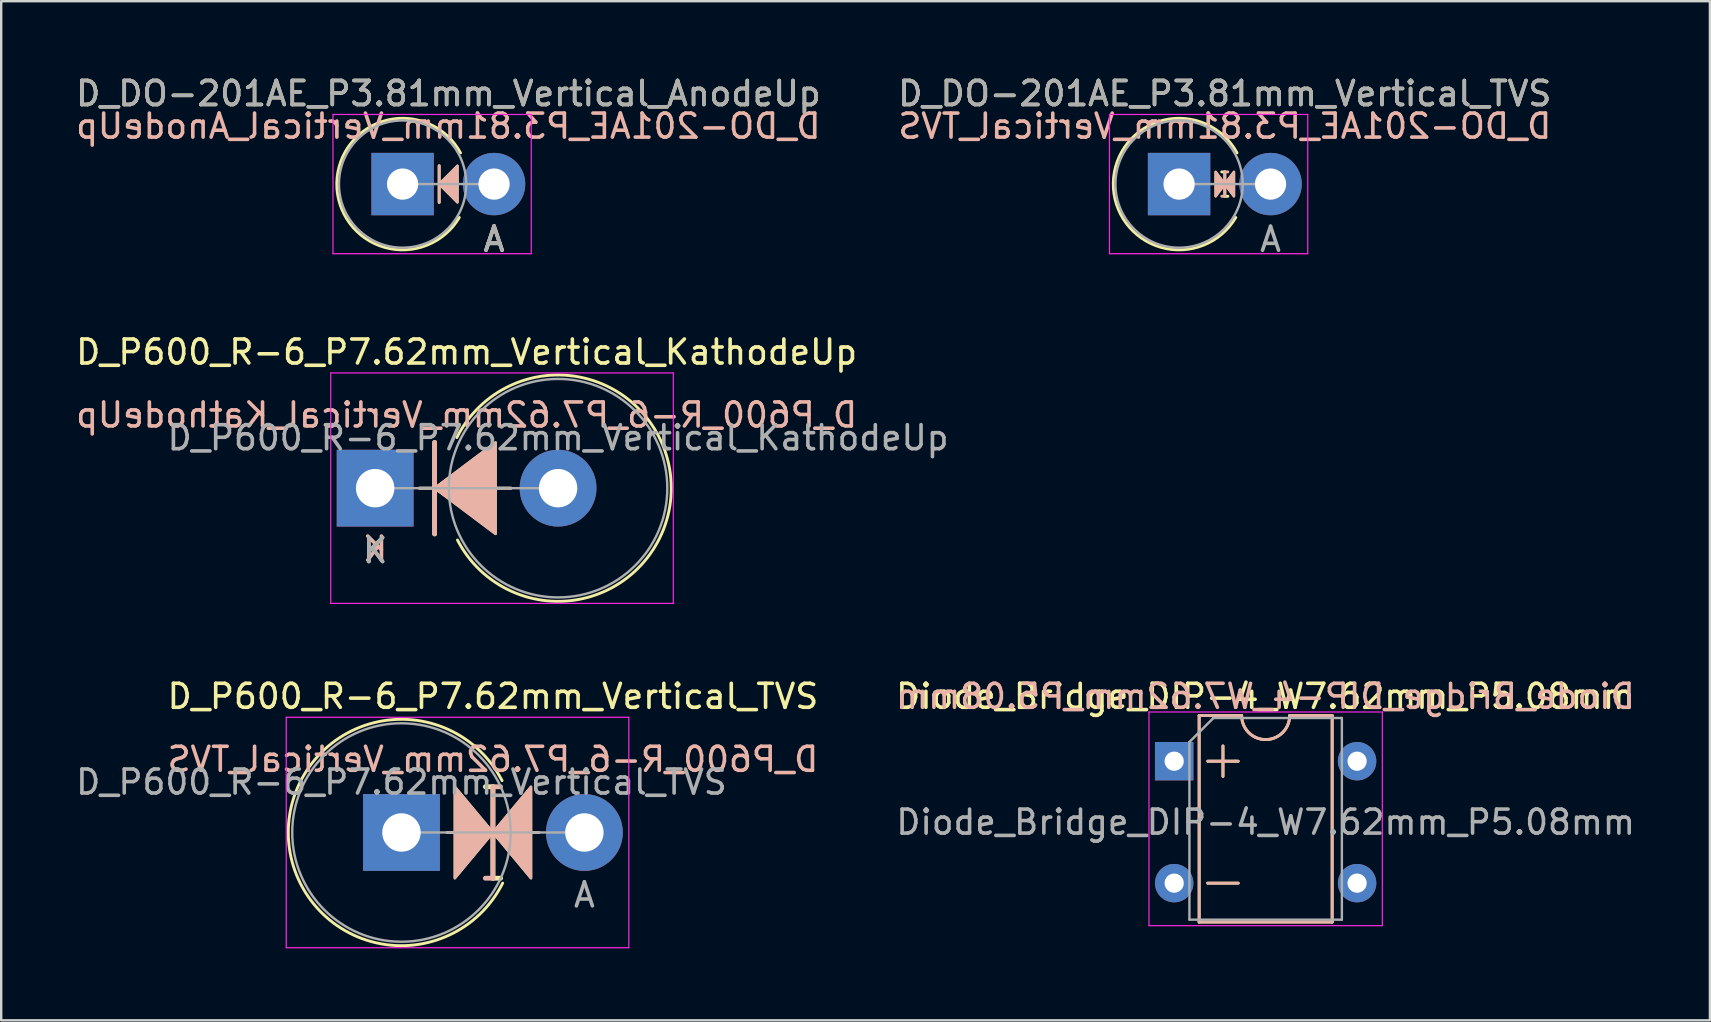
<source format=kicad_pcb>
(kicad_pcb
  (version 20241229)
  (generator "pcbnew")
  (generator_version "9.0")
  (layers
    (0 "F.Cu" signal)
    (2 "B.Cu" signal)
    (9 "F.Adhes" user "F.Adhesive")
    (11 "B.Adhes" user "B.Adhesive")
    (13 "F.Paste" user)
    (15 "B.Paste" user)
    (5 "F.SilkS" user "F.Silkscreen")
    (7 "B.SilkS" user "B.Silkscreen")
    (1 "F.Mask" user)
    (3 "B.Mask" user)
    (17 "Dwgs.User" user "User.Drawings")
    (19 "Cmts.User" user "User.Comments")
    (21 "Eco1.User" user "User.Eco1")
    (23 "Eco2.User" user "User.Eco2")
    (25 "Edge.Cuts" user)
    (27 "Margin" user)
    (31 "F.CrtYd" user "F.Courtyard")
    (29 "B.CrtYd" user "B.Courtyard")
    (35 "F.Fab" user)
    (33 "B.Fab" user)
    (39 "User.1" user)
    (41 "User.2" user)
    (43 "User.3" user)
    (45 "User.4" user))
  (footprint "Diode_Bridge_DIP-4_W7.62mm_P5.08mm"
    (layer "F.Cu")
    (at 45.861 28.658)
    (property "Reference" "Diode_Bridge_DIP-4_W7.62mm_P5.08mm" (at 3.8 -2.7 0) (layer "F.SilkS") (effects (font (size 1 1) (thickness 0.15))))
    (fp_line (start 1.04 -1.9) (end 1.04 6.7) (stroke (width 0.12) (type solid)) (layer "F.SilkS"))
    (fp_line (start 1.04 6.7) (end 6.58 6.7) (stroke (width 0.12) (type solid)) (layer "F.SilkS"))
    (fp_line (start 1.397 0) (end 2.54 0) (stroke (width 0.12) (type solid)) (layer "F.SilkS"))
    (fp_line (start 2.032 0) (end 2.032 -0.635) (stroke (width 0.12) (type solid)) (layer "F.SilkS"))
    (fp_line (start 2.032 0) (end 2.032 0.635) (stroke (width 0.12) (type solid)) (layer "F.SilkS"))
    (fp_line (start 2.54 0) (end 2.667 0) (stroke (width 0.12) (type solid)) (layer "F.SilkS"))
    (fp_line (start 2.667 5.08) (end 1.397 5.08) (stroke (width 0.12) (type solid)) (layer "F.SilkS"))
    (fp_line (start 2.81 -1.9) (end 1.04 -1.9) (stroke (width 0.12) (type solid)) (layer "F.SilkS"))
    (fp_line (start 6.58 -1.9) (end 4.81 -1.9) (stroke (width 0.12) (type solid)) (layer "F.SilkS"))
    (fp_line (start 6.58 6.7) (end 6.58 -1.9) (stroke (width 0.12) (type solid)) (layer "F.SilkS"))
    (fp_arc (start 4.81 -1.9) (mid 3.81 -0.9) (end 2.81 -1.9) (stroke (width 0.12) (type solid)) (layer "F.SilkS"))
    (fp_line (start 1.041 -1.9) (end 1.041 6.7) (stroke (width 0.12) (type solid)) (layer "B.SilkS"))
    (fp_line (start 1.041 6.7) (end 6.581 6.7) (stroke (width 0.12) (type solid)) (layer "B.SilkS"))
    (fp_line (start 1.398 0) (end 2.541 0) (stroke (width 0.12) (type solid)) (layer "B.SilkS"))
    (fp_line (start 2.033 0) (end 2.033 -0.635) (stroke (width 0.12) (type solid)) (layer "B.SilkS"))
    (fp_line (start 2.033 0) (end 2.033 0.635) (stroke (width 0.12) (type solid)) (layer "B.SilkS"))
    (fp_line (start 2.541 0) (end 2.668 0) (stroke (width 0.12) (type solid)) (layer "B.SilkS"))
    (fp_line (start 2.668 5.08) (end 1.398 5.08) (stroke (width 0.12) (type solid)) (layer "B.SilkS"))
    (fp_line (start 2.811 -1.9) (end 1.041 -1.9) (stroke (width 0.12) (type solid)) (layer "B.SilkS"))
    (fp_line (start 6.581 -1.9) (end 4.811 -1.9) (stroke (width 0.12) (type solid)) (layer "B.SilkS"))
    (fp_line (start 6.581 6.7) (end 6.581 -1.9) (stroke (width 0.12) (type solid)) (layer "B.SilkS"))
    (fp_arc (start 4.8114 -1.9) (mid 3.8114 -0.9) (end 2.8114 -1.9) (stroke (width 0.12) (type solid)) (layer "B.SilkS"))
    (fp_line (start -1.05 -2.05) (end -1.05 6.85) (stroke (width 0.05) (type solid)) (layer "F.CrtYd"))
    (fp_line (start -1.05 -2.05) (end 8.67 -2.05) (stroke (width 0.05) (type solid)) (layer "F.CrtYd"))
    (fp_line (start 8.67 6.85) (end -1.05 6.85) (stroke (width 0.05) (type solid)) (layer "F.CrtYd"))
    (fp_line (start 8.67 6.85) (end 8.67 -2.05) (stroke (width 0.05) (type solid)) (layer "F.CrtYd"))
    (fp_line (start 0.635 -0.8) (end 1.635 -1.8) (stroke (width 0.1) (type solid)) (layer "F.Fab"))
    (fp_line (start 0.635 6.6) (end 0.635 -0.8) (stroke (width 0.1) (type solid)) (layer "F.Fab"))
    (fp_line (start 1.635 -1.8) (end 6.985 -1.8) (stroke (width 0.1) (type solid)) (layer "F.Fab"))
    (fp_line (start 6.985 -1.8) (end 6.985 6.6) (stroke (width 0.1) (type solid)) (layer "F.Fab"))
    (fp_line (start 6.985 6.6) (end 0.635 6.6) (stroke (width 0.1) (type solid)) (layer "F.Fab"))
    (fp_text user "${REFERENCE}" (at 3.8 -2.7 0) (layer "B.SilkS") (effects (font (size 1 1) (thickness 0.15)) (justify mirror)))
    (fp_text user "${REFERENCE}" (at 3.81 2.54 0) (layer "F.Fab") (effects (font (size 1 1) (thickness 0.15))))
    (pad "1" thru_hole rect (at 0 0) (size 1.6 1.6) (drill 0.8) (layers "*.Cu" "*.Mask"))
    (pad "2" thru_hole oval (at 0 5.08) (size 1.6 1.6) (drill 0.8) (layers "*.Cu" "*.Mask"))
    (pad "3" thru_hole oval (at 7.62 5.08) (size 1.6 1.6) (drill 0.8) (layers "*.Cu" "*.Mask"))
    (pad "4" thru_hole oval (at 7.62 0) (size 1.6 1.6) (drill 0.8) (layers "*.Cu" "*.Mask")))
  (footprint "D_DO-201AE_P3.81mm_Vertical_TVS"
    (layer "F.Cu")
    (at 46.065 4.618)
    (property "Reference" "D_DO-201AE_P3.81mm_Vertical_TVS" (at 1.905 -3.77 0) (layer "F.SilkS") (effects (font (size 1 1) (thickness 0.15))))
    (fp_line (start 1.778 -0.508) (end 1.905 -0.508) (stroke (width 0.12) (type solid)) (layer "F.SilkS"))
    (fp_line (start 1.905 -0.508) (end 1.905 0.508) (stroke (width 0.12) (type solid)) (layer "F.SilkS"))
    (fp_line (start 1.905 0.508) (end 2.032 0.508) (stroke (width 0.12) (type solid)) (layer "F.SilkS"))
    (fp_arc (start 2.361782 1.391144) (mid -2.74054 -0.052312) (end 2.413151 -1.3) (stroke (width 0.12) (type solid)) (layer "F.SilkS"))
    (fp_poly (pts (xy 1.524 -0.508) (xy 1.905 0) (xy 1.524 0.508)) (stroke (width 0.1) (type solid)) (fill yes) (layer "F.SilkS"))
    (fp_poly (pts (xy 2.286 0.508) (xy 1.905 0) (xy 2.286 -0.508)) (stroke (width 0.1) (type solid)) (fill yes) (layer "F.SilkS"))
    (fp_line (start 1.778 0.508) (end 1.905 0.508) (stroke (width 0.12) (type solid)) (layer "B.SilkS"))
    (fp_line (start 1.905 -0.508) (end 2.032 -0.508) (stroke (width 0.12) (type solid)) (layer "B.SilkS"))
    (fp_line (start 1.905 0.508) (end 1.905 -0.508) (stroke (width 0.12) (type solid)) (layer "B.SilkS"))
    (fp_poly (pts (xy 1.524 0.508) (xy 1.905 0) (xy 1.524 -0.508)) (stroke (width 0.1) (type solid)) (fill yes) (layer "B.SilkS"))
    (fp_poly (pts (xy 2.286 -0.508) (xy 1.905 0) (xy 2.286 0.508)) (stroke (width 0.1) (type solid)) (fill yes) (layer "B.SilkS"))
    (fp_line (start -2.9 -2.9) (end -2.9 2.9) (stroke (width 0.05) (type solid)) (layer "F.CrtYd"))
    (fp_line (start -2.9 2.9) (end 5.36 2.9) (stroke (width 0.05) (type solid)) (layer "F.CrtYd"))
    (fp_line (start 5.36 -2.9) (end -2.9 -2.9) (stroke (width 0.05) (type solid)) (layer "F.CrtYd"))
    (fp_line (start 5.36 2.9) (end 5.36 -2.9) (stroke (width 0.05) (type solid)) (layer "F.CrtYd"))
    (fp_line (start 0 0) (end 3.81 0) (stroke (width 0.1) (type solid)) (layer "F.Fab"))
    (fp_circle (center 0 0) (end 2.65 0) (stroke (width 0.1) (type solid)) (fill no) (layer "F.Fab"))
    (fp_text user "${REFERENCE}" (at 1.905 -2.413 0) (layer "B.SilkS") (effects (font (size 1 1) (thickness 0.15)) (justify mirror)))
    (fp_text user "${REFERENCE}" (at 1.905 -3.77 0) (layer "F.Fab") (effects (font (size 1 1) (thickness 0.15))))
    (fp_text user "A" (at 3.81 2.3 0) (layer "F.Fab") (effects (font (size 1 1) (thickness 0.15))))
    (pad "1" thru_hole rect (at 0 0) (size 2.6 2.6) (drill 1.3) (layers "*.Cu" "*.Mask"))
    (pad "2" thru_hole oval (at 3.81 0) (size 2.6 2.6) (drill 1.3) (layers "*.Cu" "*.Mask")))
  (footprint "D_P600_R-6_P7.62mm_Vertical_TVS"
    (layer "F.Cu")
    (at 13.673 31.628)
    (property "Reference" "D_P600_R-6_P7.62mm_Vertical_TVS" (at 3.81 -5.67 0) (layer "F.SilkS") (effects (font (size 1 1) (thickness 0.15))))
    (fp_line (start 1.905 0) (end 5.72 0) (stroke (width 0.12) (type solid)) (layer "F.SilkS"))
    (fp_line (start 3.493 -1.905) (end 3.81 -1.905) (stroke (width 0.2) (type solid)) (layer "F.SilkS"))
    (fp_line (start 3.81 -1.905) (end 3.81 1.905) (stroke (width 0.2) (type solid)) (layer "F.SilkS"))
    (fp_line (start 3.81 1.905) (end 4.128 1.905) (stroke (width 0.2) (type solid)) (layer "F.SilkS"))
    (fp_arc (start 4.216705 2.108353) (mid -4.714334 0.028398) (end 4.190999 -2.158999) (stroke (width 0.12) (type solid)) (layer "F.SilkS"))
    (fp_poly (pts (xy 2.223 -1.905) (xy 3.81 0) (xy 2.223 1.905)) (stroke (width 0.1) (type solid)) (fill yes) (layer "F.SilkS"))
    (fp_poly (pts (xy 5.397 1.905) (xy 3.81 0) (xy 5.397 -1.905)) (stroke (width 0.1) (type solid)) (fill yes) (layer "F.SilkS"))
    (fp_line (start 1.905 0) (end 5.72 0) (stroke (width 0.12) (type solid)) (layer "B.SilkS"))
    (fp_line (start 3.493 1.905) (end 3.81 1.905) (stroke (width 0.2) (type solid)) (layer "B.SilkS"))
    (fp_line (start 3.81 -1.905) (end 4.128 -1.905) (stroke (width 0.2) (type solid)) (layer "B.SilkS"))
    (fp_line (start 3.81 1.905) (end 3.81 -1.905) (stroke (width 0.2) (type solid)) (layer "B.SilkS"))
    (fp_poly (pts (xy 2.223 1.905) (xy 3.81 0) (xy 2.223 -1.905)) (stroke (width 0.1) (type solid)) (fill yes) (layer "B.SilkS"))
    (fp_poly (pts (xy 5.397 -1.905) (xy 3.81 0) (xy 5.397 1.905)) (stroke (width 0.1) (type solid)) (fill yes) (layer "B.SilkS"))
    (fp_line (start -4.8 -4.8) (end -4.8 4.8) (stroke (width 0.05) (type solid)) (layer "F.CrtYd"))
    (fp_line (start -4.8 4.8) (end 9.47 4.8) (stroke (width 0.05) (type solid)) (layer "F.CrtYd"))
    (fp_line (start 9.47 -4.8) (end -4.8 -4.8) (stroke (width 0.05) (type solid)) (layer "F.CrtYd"))
    (fp_line (start 9.47 4.8) (end 9.47 -4.8) (stroke (width 0.05) (type solid)) (layer "F.CrtYd"))
    (fp_line (start 0 0) (end 7.62 0) (stroke (width 0.1) (type solid)) (layer "F.Fab"))
    (fp_circle (center 0 0) (end 4.55 0) (stroke (width 0.1) (type solid)) (fill no) (layer "F.Fab"))
    (fp_text user "${REFERENCE}" (at 3.81 -3.048 0) (layer "B.SilkS") (effects (font (size 1 1) (thickness 0.15)) (justify mirror)))
    (fp_text user "${REFERENCE}" (at 0 -2.1 0) (layer "F.Fab") (effects (font (size 1 1) (thickness 0.15))))
    (fp_text user "A" (at 7.62 2.6 0) (layer "F.Fab") (effects (font (size 1 1) (thickness 0.15))))
    (pad "1" thru_hole rect (at 0 0) (size 3.2 3.2) (drill 1.6) (layers "*.Cu" "*.Mask"))
    (pad "2" thru_hole oval (at 7.62 0) (size 3.2 3.2) (drill 1.6) (layers "*.Cu" "*.Mask")))
  (footprint "D_DO-201AE_P3.81mm_Vertical_AnodeUp"
    (layer "F.Cu")
    (at 13.72 4.618)
    (property "Reference" "D_DO-201AE_P3.81mm_Vertical_AnodeUp" (at 1.905 -3.77 0) (layer "F.SilkS") (effects (font (size 1 1) (thickness 0.15))))
    (fp_line (start 1.524 -0.762) (end 1.524 0.762) (stroke (width 0.12) (type solid)) (layer "F.SilkS"))
    (fp_arc (start 2.361782 1.391144) (mid -2.74054 -0.052312) (end 2.413151 -1.3) (stroke (width 0.12) (type solid)) (layer "F.SilkS"))
    (fp_poly (pts (xy 2.286 0.762) (xy 1.524 0) (xy 2.286 -0.762)) (stroke (width 0.1) (type solid)) (fill yes) (layer "F.SilkS"))
    (fp_line (start 1.524 0.762) (end 1.524 -0.762) (stroke (width 0.12) (type solid)) (layer "B.SilkS"))
    (fp_poly (pts (xy 2.286 -0.762) (xy 1.524 0) (xy 2.286 0.762)) (stroke (width 0.1) (type solid)) (fill yes) (layer "B.SilkS"))
    (fp_line (start -2.9 -2.9) (end -2.9 2.9) (stroke (width 0.05) (type solid)) (layer "F.CrtYd"))
    (fp_line (start -2.9 2.9) (end 5.36 2.9) (stroke (width 0.05) (type solid)) (layer "F.CrtYd"))
    (fp_line (start 5.36 -2.9) (end -2.9 -2.9) (stroke (width 0.05) (type solid)) (layer "F.CrtYd"))
    (fp_line (start 5.36 2.9) (end 5.36 -2.9) (stroke (width 0.05) (type solid)) (layer "F.CrtYd"))
    (fp_line (start 0 0) (end 3.81 0) (stroke (width 0.1) (type solid)) (layer "F.Fab"))
    (fp_circle (center 0 0) (end 2.65 0) (stroke (width 0.1) (type solid)) (fill no) (layer "F.Fab"))
    (fp_text user "A" (at 3.81 2.3 0) (layer "F.SilkS") (effects (font (size 1 1) (thickness 0.15))))
    (fp_text user "${REFERENCE}" (at 1.905 -2.413 0) (layer "B.SilkS") (effects (font (size 1 1) (thickness 0.15)) (justify mirror)))
    (fp_text user "A" (at 3.81 2.286 0) (layer "B.SilkS") (effects (font (size 1 1) (thickness 0.15)) (justify mirror)))
    (fp_text user "${REFERENCE}" (at 1.905 -3.77 0) (layer "F.Fab") (effects (font (size 1 1) (thickness 0.15))))
    (fp_text user "A" (at 3.81 2.3 0) (layer "F.Fab") (effects (font (size 1 1) (thickness 0.15))))
    (pad "1" thru_hole rect (at 0 0) (size 2.6 2.6) (drill 1.3) (layers "*.Cu" "*.Mask"))
    (pad "2" thru_hole oval (at 3.81 0) (size 2.6 2.6) (drill 1.3) (layers "*.Cu" "*.Mask")))
  (footprint "D_P600_R-6_P7.62mm_Vertical_KathodeUp"
    (layer "F.Cu")
    (at 12.577 17.285)
    (property "Reference" "D_P600_R-6_P7.62mm_Vertical_KathodeUp" (at 3.81 -5.67 0) (layer "F.SilkS") (effects (font (size 1 1) (thickness 0.15))))
    (fp_line (start 1.841 0) (end 5.657 0) (stroke (width 0.12) (type solid)) (layer "F.SilkS"))
    (fp_line (start 2.477 -1.905) (end 2.477 1.905) (stroke (width 0.2) (type solid)) (layer "F.SilkS"))
    (fp_arc (start 3.403294 -2.108352) (mid 12.334333 -0.028397) (end 3.429 2.159) (stroke (width 0.12) (type solid)) (layer "F.SilkS"))
    (fp_poly (pts (xy 5.016 1.905) (xy 2.477 0) (xy 5.016 -1.905)) (stroke (width 0.1) (type solid)) (fill yes) (layer "F.SilkS"))
    (fp_line (start 1.841 0) (end 5.657 0) (stroke (width 0.12) (type solid)) (layer "B.SilkS"))
    (fp_line (start 2.477 1.905) (end 2.477 -1.905) (stroke (width 0.2) (type solid)) (layer "B.SilkS"))
    (fp_poly (pts (xy 5.016 -1.905) (xy 2.477 0) (xy 5.016 1.905)) (stroke (width 0.1) (type solid)) (fill yes) (layer "B.SilkS"))
    (fp_line (start -1.85 -4.8) (end -1.85 4.8) (stroke (width 0.05) (type solid)) (layer "F.CrtYd"))
    (fp_line (start -1.85 4.8) (end 12.42 4.8) (stroke (width 0.05) (type solid)) (layer "F.CrtYd"))
    (fp_line (start 12.42 -4.8) (end -1.85 -4.8) (stroke (width 0.05) (type solid)) (layer "F.CrtYd"))
    (fp_line (start 12.42 4.8) (end 12.42 -4.8) (stroke (width 0.05) (type solid)) (layer "F.CrtYd"))
    (fp_line (start 0 0) (end 7.62 0) (stroke (width 0.1) (type solid)) (layer "F.Fab"))
    (fp_circle (center 7.62 0) (end 12.17 0) (stroke (width 0.1) (type solid)) (fill no) (layer "F.Fab"))
    (fp_text user "K" (at 0 2.6 0) (layer "F.SilkS") (effects (font (size 1 1) (thickness 0.15))))
    (fp_text user "K" (at 0 2.54 0) (layer "B.SilkS") (effects (font (size 1 1) (thickness 0.15)) (justify mirror)))
    (fp_text user "${REFERENCE}" (at 3.81 -3.048 0) (layer "B.SilkS") (effects (font (size 1 1) (thickness 0.15)) (justify mirror)))
    (fp_text user "${REFERENCE}" (at 7.62 -2.1 0) (layer "F.Fab") (effects (font (size 1 1) (thickness 0.15))))
    (fp_text user "K" (at 0 2.6 0) (layer "F.Fab") (effects (font (size 1 1) (thickness 0.15))))
    (pad "1" thru_hole rect (at 0 0) (size 3.2 3.2) (drill 1.6) (layers "*.Cu" "*.Mask"))
    (pad "2" thru_hole oval (at 7.62 0) (size 3.2 3.2) (drill 1.6) (layers "*.Cu" "*.Mask")))
  (gr_rect
    (start -3 -3)
    (end 68.177 39.453)
    (stroke (width 0.1) (type default))
    (fill no)
    (layer "Edge.Cuts")))
</source>
